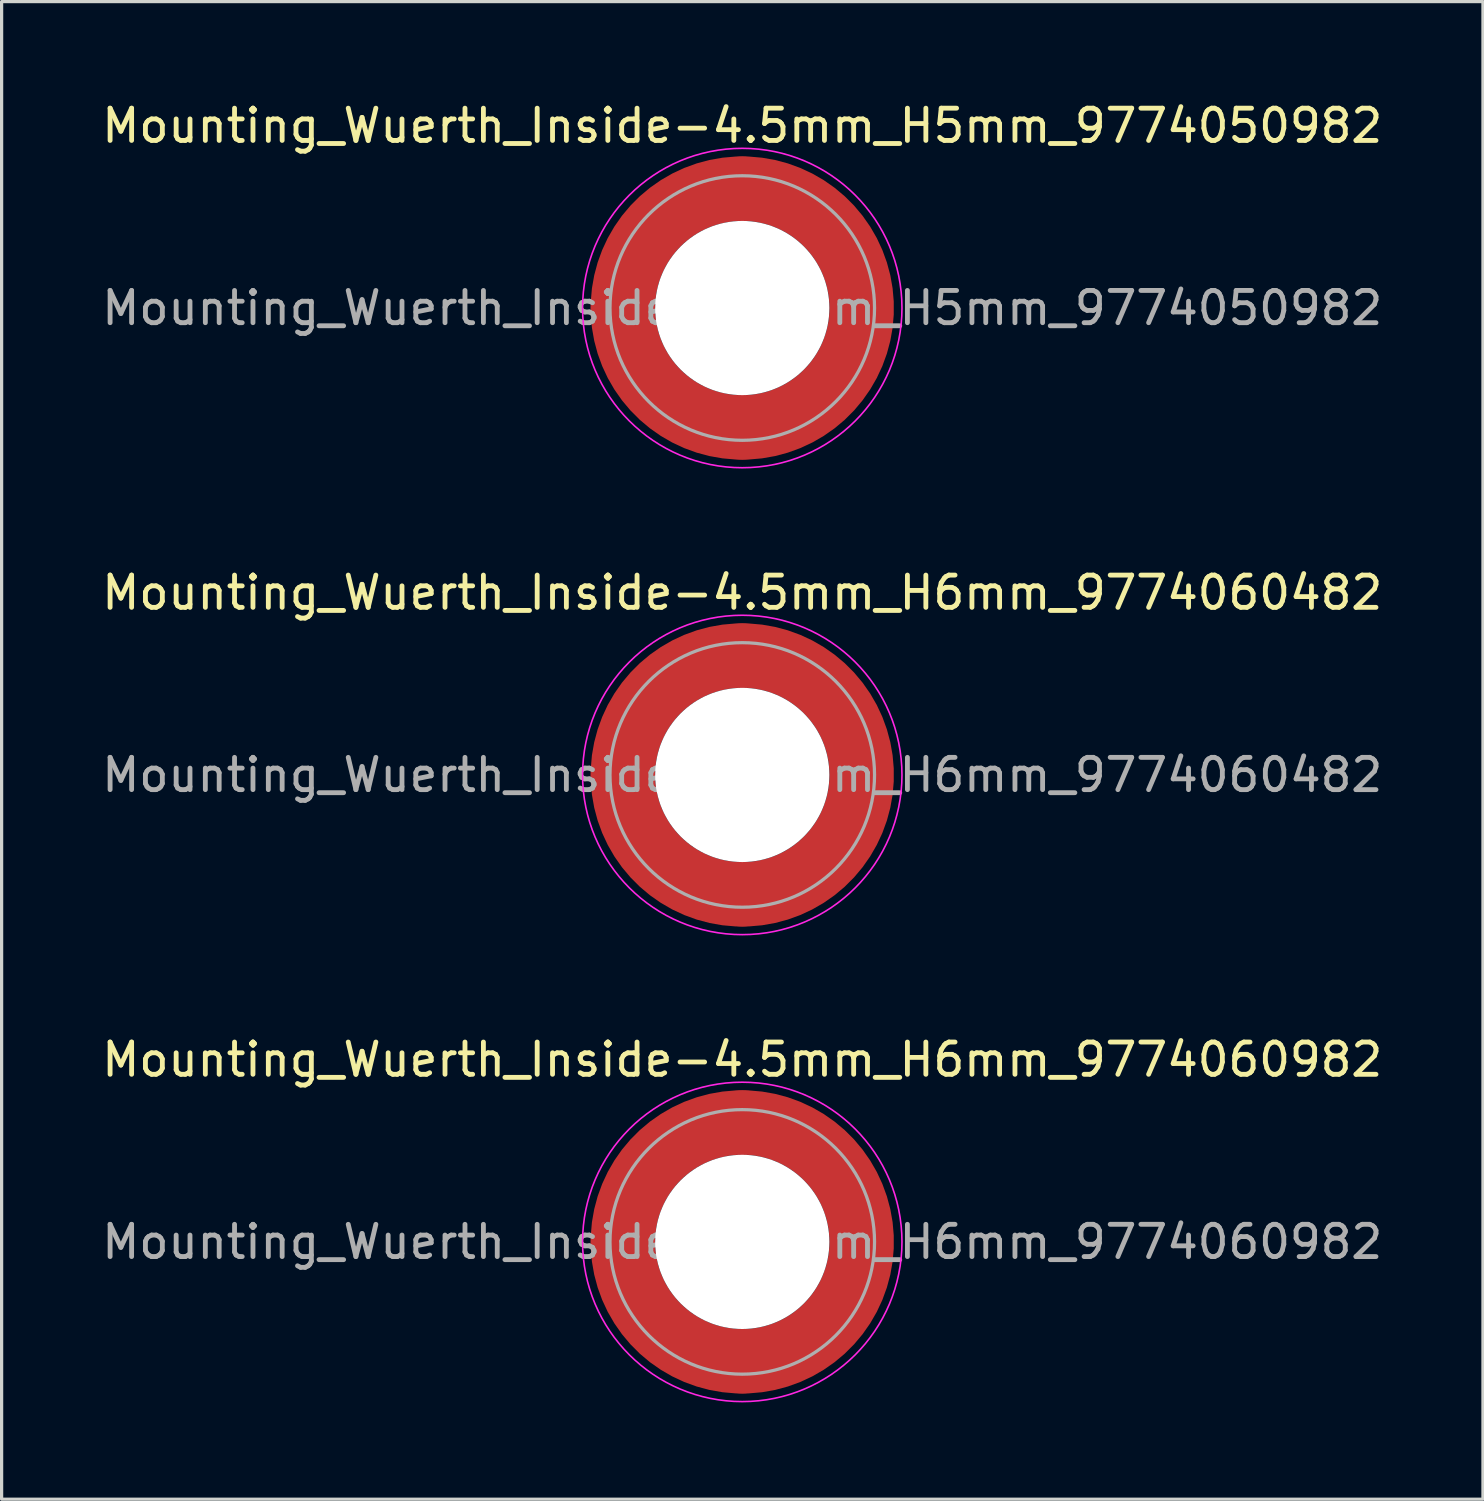
<source format=kicad_pcb>
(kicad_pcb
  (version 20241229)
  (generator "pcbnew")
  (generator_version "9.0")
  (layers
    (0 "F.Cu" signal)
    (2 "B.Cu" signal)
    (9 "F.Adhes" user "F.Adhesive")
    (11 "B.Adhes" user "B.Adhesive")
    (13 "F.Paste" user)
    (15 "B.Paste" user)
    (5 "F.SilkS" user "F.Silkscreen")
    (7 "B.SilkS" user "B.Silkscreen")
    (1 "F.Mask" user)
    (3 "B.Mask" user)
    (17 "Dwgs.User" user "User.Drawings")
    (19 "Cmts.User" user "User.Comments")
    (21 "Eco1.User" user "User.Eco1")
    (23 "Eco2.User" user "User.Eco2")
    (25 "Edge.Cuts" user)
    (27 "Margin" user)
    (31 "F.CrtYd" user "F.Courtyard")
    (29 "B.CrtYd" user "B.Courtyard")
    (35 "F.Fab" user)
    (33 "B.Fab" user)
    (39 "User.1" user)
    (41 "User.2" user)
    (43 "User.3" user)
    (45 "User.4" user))
  (footprint "Mounting_Wuerth_Inside-4.5mm_H6mm_9774060482"
    (layer "F.Cu")
    (at 19.958 20.971)
    (property "Reference" "Mounting_Wuerth_Inside-4.5mm_H6mm_9774060482" (at 0 -5.65 0) (layer "F.SilkS") (effects (font (size 1 1) (thickness 0.15))))
    (attr smd)
    (fp_circle (center 0 0) (end 4.95 0) (stroke (width 0.05) (type solid)) (fill no) (layer "F.CrtYd"))
    (fp_circle (center 0 0) (end 4.1 0) (stroke (width 0.1) (type solid)) (fill no) (layer "F.Fab"))
    (fp_text user "${REFERENCE}" (at 0 0 0) (layer "F.Fab") (effects (font (size 1 1) (thickness 0.15))))
    (pad "" smd custom (at -2.607 -2.607) (size 1.895 1.895) (layers "F.Paste") (options (anchor circle)) (primitives (gr_arc (start -0.485237 1.733706) (mid 0.334992 0.334992) (end 1.733706 -0.485237) (width 0.9475)) (gr_arc (start -0.975031 1.733706) (mid 0 0) (end 1.733706 -0.975031) (width 0.9475)) (gr_arc (start -1.461028 1.733706) (mid -0.334992 -0.334992) (end 1.733706 -1.461028) (width 0.9475)) (gr_line (start 1.734 -0.485) (end 1.734 -1.461) (width 0.948)) (gr_line (start -0.485 1.734) (end -1.461 1.734) (width 0.948))))
    (pad "" smd custom (at -2.607 2.607) (size 1.895 1.895) (layers "F.Paste") (options (anchor circle)) (primitives (gr_arc (start 1.733706 0.485237) (mid 0.334992 -0.334992) (end -0.485237 -1.733706) (width 0.9475)) (gr_arc (start 1.733706 0.975031) (mid 0 0) (end -0.975031 -1.733706) (width 0.9475)) (gr_arc (start 1.733706 1.461028) (mid -0.334992 0.334992) (end -1.461028 -1.733706) (width 0.9475)) (gr_line (start -0.485 -1.734) (end -1.461 -1.734) (width 0.948)) (gr_line (start 1.734 0.485) (end 1.734 1.461) (width 0.948))))
    (pad "" np_thru_hole circle (at 0 0) (size 5.4 5.4) (drill 5.4) (layers "*.Cu" "*.Mask"))
    (pad "" smd custom (at 2.607 -2.607) (size 1.895 1.895) (layers "F.Paste") (options (anchor circle)) (primitives (gr_arc (start -1.733706 -0.485237) (mid -0.334992 0.334992) (end 0.485237 1.733706) (width 0.9475)) (gr_arc (start -1.733706 -0.975031) (mid 0 0) (end 0.975031 1.733706) (width 0.9475)) (gr_arc (start -1.733706 -1.461028) (mid 0.334992 -0.334992) (end 1.461028 1.733706) (width 0.9475)) (gr_line (start 0.485 1.734) (end 1.461 1.734) (width 0.948)) (gr_line (start -1.734 -0.485) (end -1.734 -1.461) (width 0.948))))
    (pad "" smd custom (at 2.607 2.607) (size 1.895 1.895) (layers "F.Paste") (options (anchor circle)) (primitives (gr_arc (start 0.485237 -1.733706) (mid -0.334992 -0.334992) (end -1.733706 0.485237) (width 0.9475)) (gr_arc (start 0.975031 -1.733706) (mid 0 0) (end -1.733706 0.975031) (width 0.9475)) (gr_arc (start 1.461028 -1.733706) (mid 0.334992 0.334992) (end -1.733706 1.461028) (width 0.9475)) (gr_line (start -1.734 0.485) (end -1.734 1.461) (width 0.948)) (gr_line (start 0.485 -1.734) (end 1.461 -1.734) (width 0.948))))
    (pad "1" smd circle (at -3.7 0) (size 2 2) (layers "F.Cu"))
    (pad "1" smd circle (at 0 -3.7) (size 2 2) (layers "F.Cu"))
    (pad "1" smd circle (at 0 3.7) (size 2 2) (layers "F.Cu"))
    (pad "1" smd custom (at 3.7 0) (size 2 2) (layers "F.Cu" "F.Mask") (options (anchor circle)) (primitives (gr_circle (center -3.7 0) (end 0 0) (width 2) (fill no)))))
  (footprint "Mounting_Wuerth_Inside-4.5mm_H5mm_9774050982"
    (layer "F.Cu")
    (at 19.958 6.498)
    (property "Reference" "Mounting_Wuerth_Inside-4.5mm_H5mm_9774050982" (at 0 -5.65 0) (layer "F.SilkS") (effects (font (size 1 1) (thickness 0.15))))
    (attr smd)
    (fp_circle (center 0 0) (end 4.95 0) (stroke (width 0.05) (type solid)) (fill no) (layer "F.CrtYd"))
    (fp_circle (center 0 0) (end 4.1 0) (stroke (width 0.1) (type solid)) (fill no) (layer "F.Fab"))
    (fp_text user "${REFERENCE}" (at 0 0 0) (layer "F.Fab") (effects (font (size 1 1) (thickness 0.15))))
    (pad "" smd custom (at -2.607 -2.607) (size 1.895 1.895) (layers "F.Paste") (options (anchor circle)) (primitives (gr_arc (start -0.485237 1.733706) (mid 0.334992 0.334992) (end 1.733706 -0.485237) (width 0.9475)) (gr_arc (start -0.975031 1.733706) (mid 0 0) (end 1.733706 -0.975031) (width 0.9475)) (gr_arc (start -1.461028 1.733706) (mid -0.334992 -0.334992) (end 1.733706 -1.461028) (width 0.9475)) (gr_line (start 1.734 -0.485) (end 1.734 -1.461) (width 0.948)) (gr_line (start -0.485 1.734) (end -1.461 1.734) (width 0.948))))
    (pad "" smd custom (at -2.607 2.607) (size 1.895 1.895) (layers "F.Paste") (options (anchor circle)) (primitives (gr_arc (start 1.733706 0.485237) (mid 0.334992 -0.334992) (end -0.485237 -1.733706) (width 0.9475)) (gr_arc (start 1.733706 0.975031) (mid 0 0) (end -0.975031 -1.733706) (width 0.9475)) (gr_arc (start 1.733706 1.461028) (mid -0.334992 0.334992) (end -1.461028 -1.733706) (width 0.9475)) (gr_line (start -0.485 -1.734) (end -1.461 -1.734) (width 0.948)) (gr_line (start 1.734 0.485) (end 1.734 1.461) (width 0.948))))
    (pad "" np_thru_hole circle (at 0 0) (size 5.4 5.4) (drill 5.4) (layers "*.Cu" "*.Mask"))
    (pad "" smd custom (at 2.607 -2.607) (size 1.895 1.895) (layers "F.Paste") (options (anchor circle)) (primitives (gr_arc (start -1.733706 -0.485237) (mid -0.334992 0.334992) (end 0.485237 1.733706) (width 0.9475)) (gr_arc (start -1.733706 -0.975031) (mid 0 0) (end 0.975031 1.733706) (width 0.9475)) (gr_arc (start -1.733706 -1.461028) (mid 0.334992 -0.334992) (end 1.461028 1.733706) (width 0.9475)) (gr_line (start 0.485 1.734) (end 1.461 1.734) (width 0.948)) (gr_line (start -1.734 -0.485) (end -1.734 -1.461) (width 0.948))))
    (pad "" smd custom (at 2.607 2.607) (size 1.895 1.895) (layers "F.Paste") (options (anchor circle)) (primitives (gr_arc (start 0.485237 -1.733706) (mid -0.334992 -0.334992) (end -1.733706 0.485237) (width 0.9475)) (gr_arc (start 0.975031 -1.733706) (mid 0 0) (end -1.733706 0.975031) (width 0.9475)) (gr_arc (start 1.461028 -1.733706) (mid 0.334992 0.334992) (end -1.733706 1.461028) (width 0.9475)) (gr_line (start -1.734 0.485) (end -1.734 1.461) (width 0.948)) (gr_line (start 0.485 -1.734) (end 1.461 -1.734) (width 0.948))))
    (pad "1" smd circle (at -3.7 0) (size 2 2) (layers "F.Cu"))
    (pad "1" smd circle (at 0 -3.7) (size 2 2) (layers "F.Cu"))
    (pad "1" smd circle (at 0 3.7) (size 2 2) (layers "F.Cu"))
    (pad "1" smd custom (at 3.7 0) (size 2 2) (layers "F.Cu" "F.Mask") (options (anchor circle)) (primitives (gr_circle (center -3.7 0) (end 0 0) (width 2) (fill no)))))
  (footprint "Mounting_Wuerth_Inside-4.5mm_H6mm_9774060982"
    (layer "F.Cu")
    (at 19.958 35.445)
    (property "Reference" "Mounting_Wuerth_Inside-4.5mm_H6mm_9774060982" (at 0 -5.65 0) (layer "F.SilkS") (effects (font (size 1 1) (thickness 0.15))))
    (attr smd)
    (fp_circle (center 0 0) (end 4.95 0) (stroke (width 0.05) (type solid)) (fill no) (layer "F.CrtYd"))
    (fp_circle (center 0 0) (end 4.1 0) (stroke (width 0.1) (type solid)) (fill no) (layer "F.Fab"))
    (fp_text user "${REFERENCE}" (at 0 0 0) (layer "F.Fab") (effects (font (size 1 1) (thickness 0.15))))
    (pad "" smd custom (at -2.607 -2.607) (size 1.895 1.895) (layers "F.Paste") (options (anchor circle)) (primitives (gr_arc (start -0.485237 1.733706) (mid 0.334992 0.334992) (end 1.733706 -0.485237) (width 0.9475)) (gr_arc (start -0.975031 1.733706) (mid 0 0) (end 1.733706 -0.975031) (width 0.9475)) (gr_arc (start -1.461028 1.733706) (mid -0.334992 -0.334992) (end 1.733706 -1.461028) (width 0.9475)) (gr_line (start 1.734 -0.485) (end 1.734 -1.461) (width 0.948)) (gr_line (start -0.485 1.734) (end -1.461 1.734) (width 0.948))))
    (pad "" smd custom (at -2.607 2.607) (size 1.895 1.895) (layers "F.Paste") (options (anchor circle)) (primitives (gr_arc (start 1.733706 0.485237) (mid 0.334992 -0.334992) (end -0.485237 -1.733706) (width 0.9475)) (gr_arc (start 1.733706 0.975031) (mid 0 0) (end -0.975031 -1.733706) (width 0.9475)) (gr_arc (start 1.733706 1.461028) (mid -0.334992 0.334992) (end -1.461028 -1.733706) (width 0.9475)) (gr_line (start -0.485 -1.734) (end -1.461 -1.734) (width 0.948)) (gr_line (start 1.734 0.485) (end 1.734 1.461) (width 0.948))))
    (pad "" np_thru_hole circle (at 0 0) (size 5.4 5.4) (drill 5.4) (layers "*.Cu" "*.Mask"))
    (pad "" smd custom (at 2.607 -2.607) (size 1.895 1.895) (layers "F.Paste") (options (anchor circle)) (primitives (gr_arc (start -1.733706 -0.485237) (mid -0.334992 0.334992) (end 0.485237 1.733706) (width 0.9475)) (gr_arc (start -1.733706 -0.975031) (mid 0 0) (end 0.975031 1.733706) (width 0.9475)) (gr_arc (start -1.733706 -1.461028) (mid 0.334992 -0.334992) (end 1.461028 1.733706) (width 0.9475)) (gr_line (start 0.485 1.734) (end 1.461 1.734) (width 0.948)) (gr_line (start -1.734 -0.485) (end -1.734 -1.461) (width 0.948))))
    (pad "" smd custom (at 2.607 2.607) (size 1.895 1.895) (layers "F.Paste") (options (anchor circle)) (primitives (gr_arc (start 0.485237 -1.733706) (mid -0.334992 -0.334992) (end -1.733706 0.485237) (width 0.9475)) (gr_arc (start 0.975031 -1.733706) (mid 0 0) (end -1.733706 0.975031) (width 0.9475)) (gr_arc (start 1.461028 -1.733706) (mid 0.334992 0.334992) (end -1.733706 1.461028) (width 0.9475)) (gr_line (start -1.734 0.485) (end -1.734 1.461) (width 0.948)) (gr_line (start 0.485 -1.734) (end 1.461 -1.734) (width 0.948))))
    (pad "1" smd circle (at -3.7 0) (size 2 2) (layers "F.Cu"))
    (pad "1" smd circle (at 0 -3.7) (size 2 2) (layers "F.Cu"))
    (pad "1" smd circle (at 0 3.7) (size 2 2) (layers "F.Cu"))
    (pad "1" smd custom (at 3.7 0) (size 2 2) (layers "F.Cu" "F.Mask") (options (anchor circle)) (primitives (gr_circle (center -3.7 0) (end 0 0) (width 2) (fill no)))))
  (gr_rect
    (start -3 -3)
    (end 42.917 43.42)
    (stroke (width 0.1) (type default))
    (fill no)
    (layer "Edge.Cuts")))
</source>
